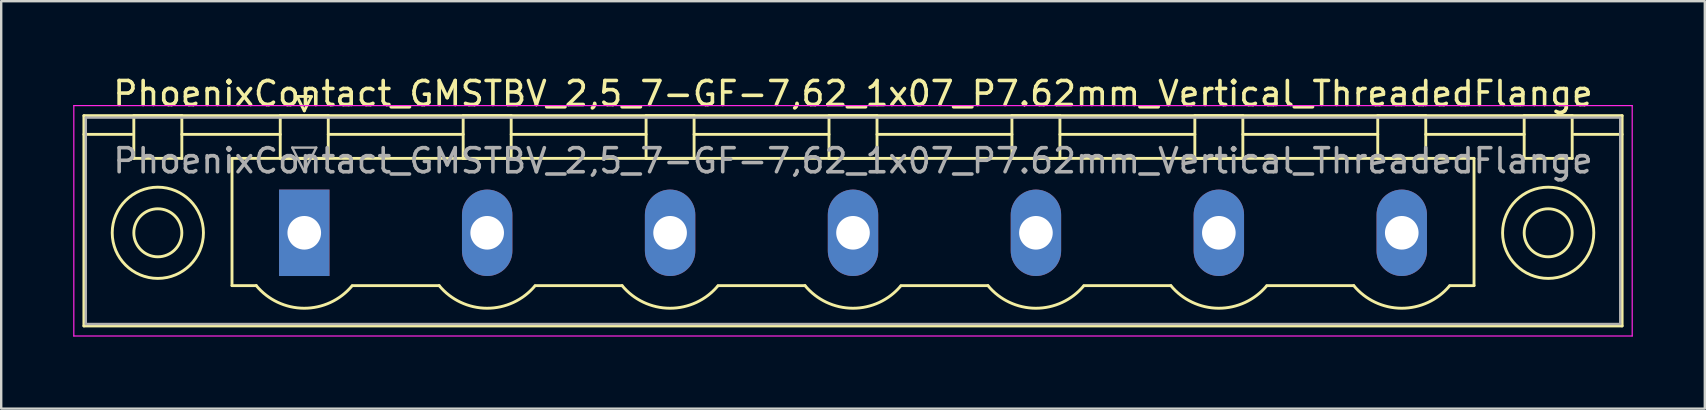
<source format=kicad_pcb>
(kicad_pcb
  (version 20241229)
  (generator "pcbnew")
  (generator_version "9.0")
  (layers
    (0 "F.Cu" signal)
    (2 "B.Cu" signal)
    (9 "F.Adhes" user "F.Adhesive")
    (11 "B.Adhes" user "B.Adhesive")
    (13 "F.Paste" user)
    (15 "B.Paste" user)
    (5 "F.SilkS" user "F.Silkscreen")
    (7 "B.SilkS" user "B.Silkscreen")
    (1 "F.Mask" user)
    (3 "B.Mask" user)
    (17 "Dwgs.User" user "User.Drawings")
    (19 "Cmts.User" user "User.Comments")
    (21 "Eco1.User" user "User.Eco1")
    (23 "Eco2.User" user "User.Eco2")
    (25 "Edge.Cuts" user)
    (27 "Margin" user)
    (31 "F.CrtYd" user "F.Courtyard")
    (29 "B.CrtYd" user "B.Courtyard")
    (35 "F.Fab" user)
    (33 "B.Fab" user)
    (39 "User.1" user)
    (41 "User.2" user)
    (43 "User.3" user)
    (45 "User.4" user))
  (footprint "PhoenixContact_GMSTBV_2,5_7-GF-7,62_1x07_P7.62mm_Vertical_ThreadedFlange"
    (layer "F.Cu")
    (at 9.625 6.648)
    (property "Reference" "PhoenixContact_GMSTBV_2,5_7-GF-7,62_1x07_P7.62mm_Vertical_ThreadedFlange" (at 22.86 -5.8 0) (layer "F.SilkS") (effects (font (size 1 1) (thickness 0.15))))
    (attr through_hole)
    (fp_line (start -9.18 -4.88) (end -9.18 3.88) (stroke (width 0.12) (type solid)) (layer "F.SilkS"))
    (fp_line (start -9.18 -4.1) (end -7.18 -4.1) (stroke (width 0.12) (type solid)) (layer "F.SilkS"))
    (fp_line (start -9.18 3.88) (end 54.9 3.88) (stroke (width 0.12) (type solid)) (layer "F.SilkS"))
    (fp_line (start -7.1 -4.88) (end -5.1 -4.88) (stroke (width 0.12) (type solid)) (layer "F.SilkS"))
    (fp_line (start -7.1 -3.1) (end -7.1 -4.88) (stroke (width 0.12) (type solid)) (layer "F.SilkS"))
    (fp_line (start -5.1 -4.88) (end -5.1 -3.1) (stroke (width 0.12) (type solid)) (layer "F.SilkS"))
    (fp_line (start -5.1 -4.1) (end -1 -4.1) (stroke (width 0.12) (type solid)) (layer "F.SilkS"))
    (fp_line (start -5.1 -3.1) (end -7.1 -3.1) (stroke (width 0.12) (type solid)) (layer "F.SilkS"))
    (fp_line (start -3.01 -3.1) (end 48.73 -3.1) (stroke (width 0.12) (type solid)) (layer "F.SilkS"))
    (fp_line (start -3.01 2.2) (end -3.01 -3.1) (stroke (width 0.12) (type solid)) (layer "F.SilkS"))
    (fp_line (start -2 2.2) (end -3.01 2.2) (stroke (width 0.12) (type solid)) (layer "F.SilkS"))
    (fp_line (start -1 -4.88) (end 1 -4.88) (stroke (width 0.12) (type solid)) (layer "F.SilkS"))
    (fp_line (start -1 -3.1) (end -1 -4.88) (stroke (width 0.12) (type solid)) (layer "F.SilkS"))
    (fp_line (start -0.3 -5.68) (end 0.3 -5.68) (stroke (width 0.12) (type solid)) (layer "F.SilkS"))
    (fp_line (start 0 -5.08) (end -0.3 -5.68) (stroke (width 0.12) (type solid)) (layer "F.SilkS"))
    (fp_line (start 0.3 -5.68) (end 0 -5.08) (stroke (width 0.12) (type solid)) (layer "F.SilkS"))
    (fp_line (start 1 -4.88) (end 1 -3.1) (stroke (width 0.12) (type solid)) (layer "F.SilkS"))
    (fp_line (start 1 -4.1) (end 6.62 -4.1) (stroke (width 0.12) (type solid)) (layer "F.SilkS"))
    (fp_line (start 1 -3.1) (end -1 -3.1) (stroke (width 0.12) (type solid)) (layer "F.SilkS"))
    (fp_line (start 2 2.2) (end 5.62 2.2) (stroke (width 0.12) (type solid)) (layer "F.SilkS"))
    (fp_line (start 6.62 -4.88) (end 8.62 -4.88) (stroke (width 0.12) (type solid)) (layer "F.SilkS"))
    (fp_line (start 6.62 -3.1) (end 6.62 -4.88) (stroke (width 0.12) (type solid)) (layer "F.SilkS"))
    (fp_line (start 8.62 -4.88) (end 8.62 -3.1) (stroke (width 0.12) (type solid)) (layer "F.SilkS"))
    (fp_line (start 8.62 -4.1) (end 14.24 -4.1) (stroke (width 0.12) (type solid)) (layer "F.SilkS"))
    (fp_line (start 8.62 -3.1) (end 6.62 -3.1) (stroke (width 0.12) (type solid)) (layer "F.SilkS"))
    (fp_line (start 9.62 2.2) (end 13.24 2.2) (stroke (width 0.12) (type solid)) (layer "F.SilkS"))
    (fp_line (start 14.24 -4.88) (end 16.24 -4.88) (stroke (width 0.12) (type solid)) (layer "F.SilkS"))
    (fp_line (start 14.24 -3.1) (end 14.24 -4.88) (stroke (width 0.12) (type solid)) (layer "F.SilkS"))
    (fp_line (start 16.24 -4.88) (end 16.24 -3.1) (stroke (width 0.12) (type solid)) (layer "F.SilkS"))
    (fp_line (start 16.24 -4.1) (end 21.86 -4.1) (stroke (width 0.12) (type solid)) (layer "F.SilkS"))
    (fp_line (start 16.24 -3.1) (end 14.24 -3.1) (stroke (width 0.12) (type solid)) (layer "F.SilkS"))
    (fp_line (start 17.24 2.2) (end 20.86 2.2) (stroke (width 0.12) (type solid)) (layer "F.SilkS"))
    (fp_line (start 21.86 -4.88) (end 23.86 -4.88) (stroke (width 0.12) (type solid)) (layer "F.SilkS"))
    (fp_line (start 21.86 -3.1) (end 21.86 -4.88) (stroke (width 0.12) (type solid)) (layer "F.SilkS"))
    (fp_line (start 23.86 -4.88) (end 23.86 -3.1) (stroke (width 0.12) (type solid)) (layer "F.SilkS"))
    (fp_line (start 23.86 -4.1) (end 29.48 -4.1) (stroke (width 0.12) (type solid)) (layer "F.SilkS"))
    (fp_line (start 23.86 -3.1) (end 21.86 -3.1) (stroke (width 0.12) (type solid)) (layer "F.SilkS"))
    (fp_line (start 24.86 2.2) (end 28.48 2.2) (stroke (width 0.12) (type solid)) (layer "F.SilkS"))
    (fp_line (start 29.48 -4.88) (end 31.48 -4.88) (stroke (width 0.12) (type solid)) (layer "F.SilkS"))
    (fp_line (start 29.48 -3.1) (end 29.48 -4.88) (stroke (width 0.12) (type solid)) (layer "F.SilkS"))
    (fp_line (start 31.48 -4.88) (end 31.48 -3.1) (stroke (width 0.12) (type solid)) (layer "F.SilkS"))
    (fp_line (start 31.48 -4.1) (end 37.1 -4.1) (stroke (width 0.12) (type solid)) (layer "F.SilkS"))
    (fp_line (start 31.48 -3.1) (end 29.48 -3.1) (stroke (width 0.12) (type solid)) (layer "F.SilkS"))
    (fp_line (start 32.48 2.2) (end 36.1 2.2) (stroke (width 0.12) (type solid)) (layer "F.SilkS"))
    (fp_line (start 37.1 -4.88) (end 39.1 -4.88) (stroke (width 0.12) (type solid)) (layer "F.SilkS"))
    (fp_line (start 37.1 -3.1) (end 37.1 -4.88) (stroke (width 0.12) (type solid)) (layer "F.SilkS"))
    (fp_line (start 39.1 -4.88) (end 39.1 -3.1) (stroke (width 0.12) (type solid)) (layer "F.SilkS"))
    (fp_line (start 39.1 -4.1) (end 44.72 -4.1) (stroke (width 0.12) (type solid)) (layer "F.SilkS"))
    (fp_line (start 39.1 -3.1) (end 37.1 -3.1) (stroke (width 0.12) (type solid)) (layer "F.SilkS"))
    (fp_line (start 40.1 2.2) (end 43.72 2.2) (stroke (width 0.12) (type solid)) (layer "F.SilkS"))
    (fp_line (start 44.72 -4.88) (end 46.72 -4.88) (stroke (width 0.12) (type solid)) (layer "F.SilkS"))
    (fp_line (start 44.72 -3.1) (end 44.72 -4.88) (stroke (width 0.12) (type solid)) (layer "F.SilkS"))
    (fp_line (start 46.72 -4.88) (end 46.72 -3.1) (stroke (width 0.12) (type solid)) (layer "F.SilkS"))
    (fp_line (start 46.72 -4.1) (end 50.82 -4.1) (stroke (width 0.12) (type solid)) (layer "F.SilkS"))
    (fp_line (start 46.72 -3.1) (end 44.72 -3.1) (stroke (width 0.12) (type solid)) (layer "F.SilkS"))
    (fp_line (start 48.73 -3.1) (end 48.73 2.2) (stroke (width 0.12) (type solid)) (layer "F.SilkS"))
    (fp_line (start 48.73 2.2) (end 47.72 2.2) (stroke (width 0.12) (type solid)) (layer "F.SilkS"))
    (fp_line (start 50.82 -4.88) (end 52.82 -4.88) (stroke (width 0.12) (type solid)) (layer "F.SilkS"))
    (fp_line (start 50.82 -3.1) (end 50.82 -4.88) (stroke (width 0.12) (type solid)) (layer "F.SilkS"))
    (fp_line (start 52.82 -4.88) (end 52.82 -3.1) (stroke (width 0.12) (type solid)) (layer "F.SilkS"))
    (fp_line (start 52.82 -3.1) (end 50.82 -3.1) (stroke (width 0.12) (type solid)) (layer "F.SilkS"))
    (fp_line (start 54.9 -4.88) (end -9.18 -4.88) (stroke (width 0.12) (type solid)) (layer "F.SilkS"))
    (fp_line (start 54.9 -4.1) (end 52.9 -4.1) (stroke (width 0.12) (type solid)) (layer "F.SilkS"))
    (fp_line (start 54.9 3.88) (end 54.9 -4.88) (stroke (width 0.12) (type solid)) (layer "F.SilkS"))
    (fp_arc (start 1.986842 2.215821) (mid -0.010289 3.142758) (end -2 2.2) (stroke (width 0.12) (type solid)) (layer "F.SilkS"))
    (fp_arc (start 9.606842 2.215821) (mid 7.609711 3.142758) (end 5.62 2.2) (stroke (width 0.12) (type solid)) (layer "F.SilkS"))
    (fp_arc (start 17.226842 2.215821) (mid 15.229711 3.142758) (end 13.24 2.2) (stroke (width 0.12) (type solid)) (layer "F.SilkS"))
    (fp_arc (start 24.846842 2.215821) (mid 22.849711 3.142758) (end 20.86 2.2) (stroke (width 0.12) (type solid)) (layer "F.SilkS"))
    (fp_arc (start 32.466842 2.215821) (mid 30.469711 3.142758) (end 28.48 2.2) (stroke (width 0.12) (type solid)) (layer "F.SilkS"))
    (fp_arc (start 40.086842 2.215821) (mid 38.089711 3.142758) (end 36.1 2.2) (stroke (width 0.12) (type solid)) (layer "F.SilkS"))
    (fp_arc (start 47.706842 2.215821) (mid 45.709711 3.142758) (end 43.72 2.2) (stroke (width 0.12) (type solid)) (layer "F.SilkS"))
    (fp_circle (center -6.1 0) (end -5.1 0) (stroke (width 0.12) (type solid)) (fill no) (layer "F.SilkS"))
    (fp_circle (center -6.1 0) (end -4.2 0) (stroke (width 0.12) (type solid)) (fill no) (layer "F.SilkS"))
    (fp_circle (center 51.82 0) (end 52.82 0) (stroke (width 0.12) (type solid)) (fill no) (layer "F.SilkS"))
    (fp_circle (center 51.82 0) (end 53.72 0) (stroke (width 0.12) (type solid)) (fill no) (layer "F.SilkS"))
    (fp_line (start -9.6 -5.3) (end -9.6 4.3) (stroke (width 0.05) (type solid)) (layer "F.CrtYd"))
    (fp_line (start -9.6 4.3) (end 55.32 4.3) (stroke (width 0.05) (type solid)) (layer "F.CrtYd"))
    (fp_line (start 55.32 -5.3) (end -9.6 -5.3) (stroke (width 0.05) (type solid)) (layer "F.CrtYd"))
    (fp_line (start 55.32 4.3) (end 55.32 -5.3) (stroke (width 0.05) (type solid)) (layer "F.CrtYd"))
    (fp_line (start -9.1 -4.8) (end -9.1 3.8) (stroke (width 0.1) (type solid)) (layer "F.Fab"))
    (fp_line (start -9.1 3.8) (end 54.82 3.8) (stroke (width 0.1) (type solid)) (layer "F.Fab"))
    (fp_line (start -0.5 -3.55) (end 0.5 -3.55) (stroke (width 0.1) (type solid)) (layer "F.Fab"))
    (fp_line (start 0 -2.55) (end -0.5 -3.55) (stroke (width 0.1) (type solid)) (layer "F.Fab"))
    (fp_line (start 0.5 -3.55) (end 0 -2.55) (stroke (width 0.1) (type solid)) (layer "F.Fab"))
    (fp_line (start 54.82 -4.8) (end -9.1 -4.8) (stroke (width 0.1) (type solid)) (layer "F.Fab"))
    (fp_line (start 54.82 3.8) (end 54.82 -4.8) (stroke (width 0.1) (type solid)) (layer "F.Fab"))
    (fp_text user "${REFERENCE}" (at 22.86 -3 0) (layer "F.Fab") (effects (font (size 1 1) (thickness 0.15))))
    (pad "1" thru_hole rect (at 0 0) (size 2.1 3.6) (drill 1.4) (layers "*.Cu" "*.Mask"))
    (pad "2" thru_hole oval (at 7.62 0) (size 2.1 3.6) (drill 1.4) (layers "*.Cu" "*.Mask"))
    (pad "3" thru_hole oval (at 15.24 0) (size 2.1 3.6) (drill 1.4) (layers "*.Cu" "*.Mask"))
    (pad "4" thru_hole oval (at 22.86 0) (size 2.1 3.6) (drill 1.4) (layers "*.Cu" "*.Mask"))
    (pad "5" thru_hole oval (at 30.48 0) (size 2.1 3.6) (drill 1.4) (layers "*.Cu" "*.Mask"))
    (pad "6" thru_hole oval (at 38.1 0) (size 2.1 3.6) (drill 1.4) (layers "*.Cu" "*.Mask"))
    (pad "7" thru_hole oval (at 45.72 0) (size 2.1 3.6) (drill 1.4) (layers "*.Cu" "*.Mask")))
  (gr_rect
    (start -3 -3)
    (end 67.97 13.973)
    (stroke (width 0.1) (type default))
    (fill no)
    (layer "Edge.Cuts")))
</source>
